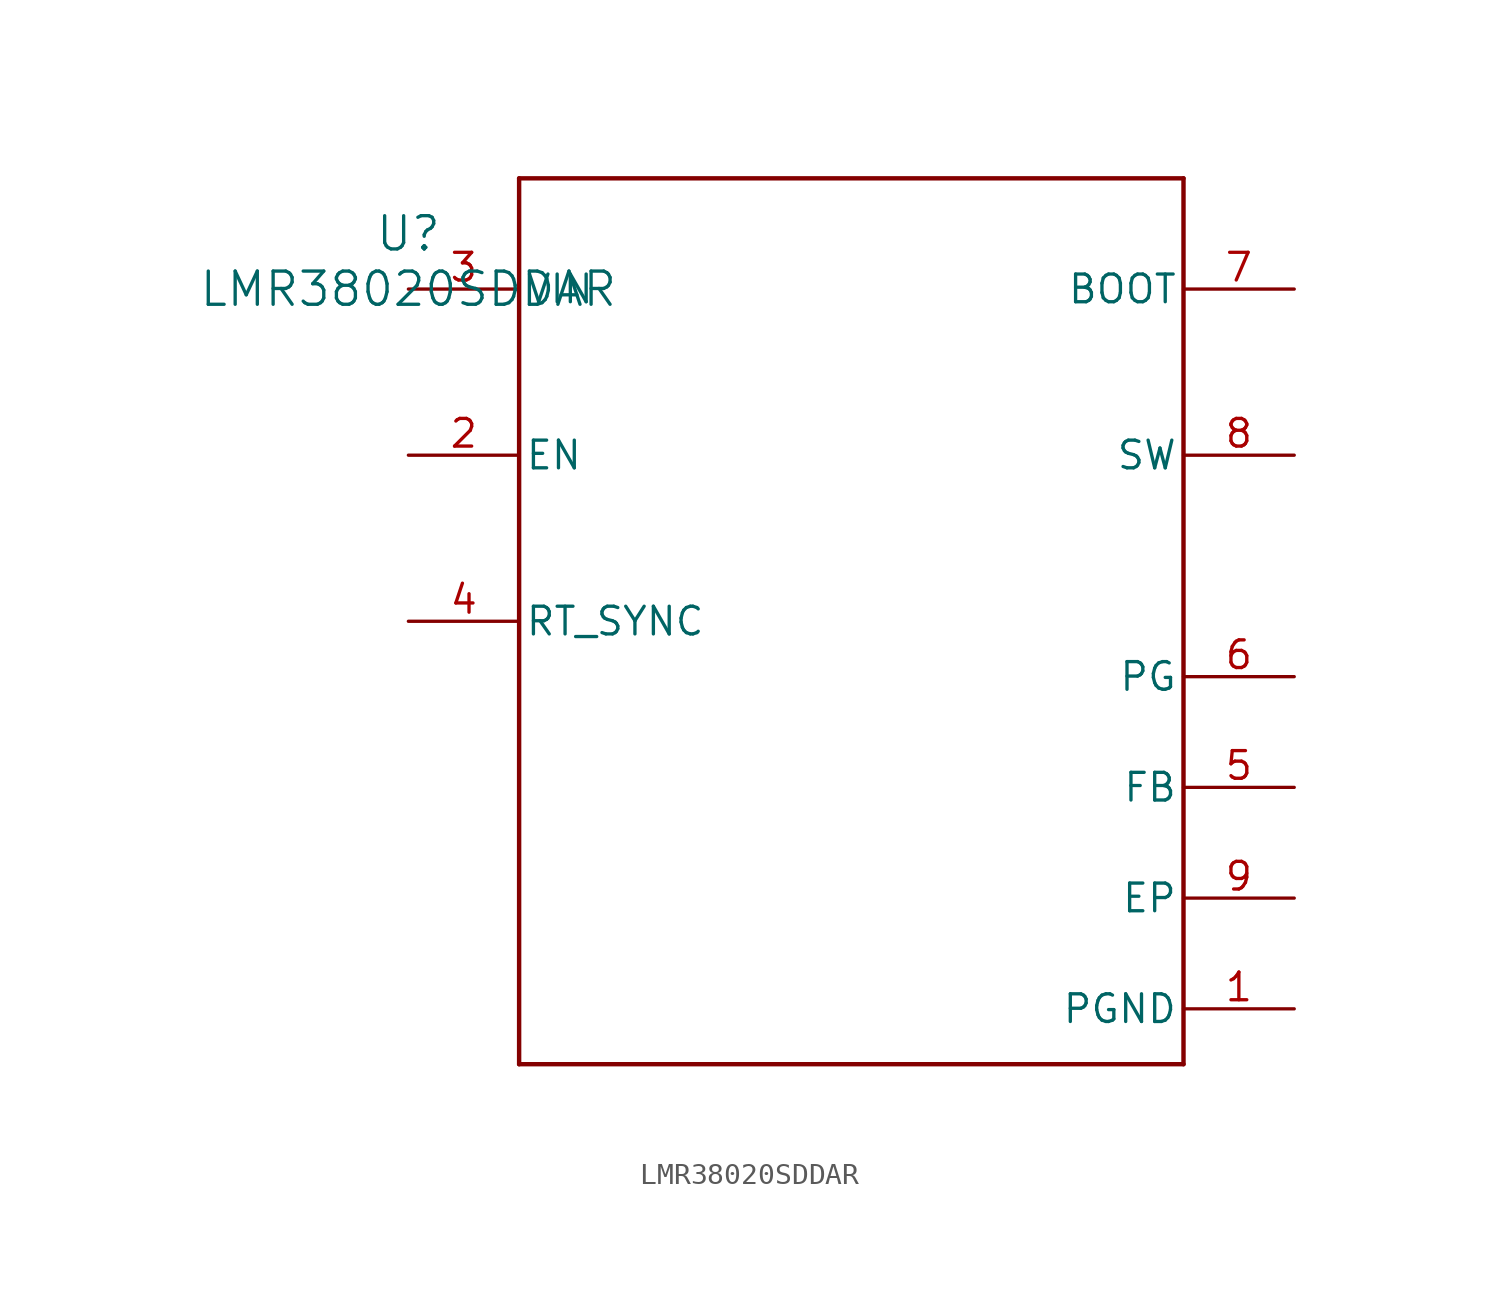
<source format=kicad_sym>
(kicad_symbol_lib
  (version 20211014)
  (generator kicad_symbol_editor)
  (symbol "LMR38020SDDAR"
    (pin_names
      (offset 0.254))
    (property "Reference" "U"
      (at 0 2.54 0)
      (effects (font (size 1.524 1.524))))
    (property "Value" "LMR38020SDDAR"
      (at 0 0 0)
      (effects (font (size 1.524 1.524))))
    (symbol "LMR38020SDDAR_0_1"
      (polyline (pts (xy 5.08 -35.56) (xy 35.56 -35.56)) (stroke (width 0.203) (type default) (color 0 0 0 0)) (fill (type none)))
      (polyline (pts (xy 35.56 -35.56) (xy 35.56 5.08)) (stroke (width 0.203) (type default) (color 0 0 0 0)) (fill (type none)))
      (polyline (pts (xy 35.56 5.08) (xy 5.08 5.08)) (stroke (width 0.203) (type default) (color 0 0 0 0)) (fill (type none)))
      (polyline (pts (xy 5.08 5.08) (xy 5.08 -35.56)) (stroke (width 0.203) (type default) (color 0 0 0 0)) (fill (type none)))
      (pin power_in line (at 40.64 -33.02 180) (length 5.08) (name "PGND" (effects (font (size 1.27 1.27)))) (number "1" (effects (font (size 1.27 1.27)))))
      (pin input line (at 0 -7.62 0) (length 5.08) (name "EN" (effects (font (size 1.27 1.27)))) (number "2" (effects (font (size 1.27 1.27)))))
      (pin power_in line (at 0 0 0) (length 5.08) (name "VIN" (effects (font (size 1.27 1.27)))) (number "3" (effects (font (size 1.27 1.27)))))
      (pin unspecified line (at 0 -15.24 0) (length 5.08) (name "RT_SYNC" (effects (font (size 1.27 1.27)))) (number "4" (effects (font (size 1.27 1.27)))))
      (pin unspecified line (at 40.64 -22.86 180) (length 5.08) (name "FB" (effects (font (size 1.27 1.27)))) (number "5" (effects (font (size 1.27 1.27)))))
      (pin open_collector line (at 40.64 -17.78 180) (length 5.08) (name "PG" (effects (font (size 1.27 1.27)))) (number "6" (effects (font (size 1.27 1.27)))))
      (pin unspecified line (at 40.64 0 180) (length 5.08) (name "BOOT" (effects (font (size 1.27 1.27)))) (number "7" (effects (font (size 1.27 1.27)))))
      (pin unspecified line (at 40.64 -7.62 180) (length 5.08) (name "SW" (effects (font (size 1.27 1.27)))) (number "8" (effects (font (size 1.27 1.27)))))
      (pin unspecified line (at 40.64 -27.94 180) (length 5.08) (name "EP" (effects (font (size 1.27 1.27)))) (number "9" (effects (font (size 1.27 1.27))))))))
</source>
